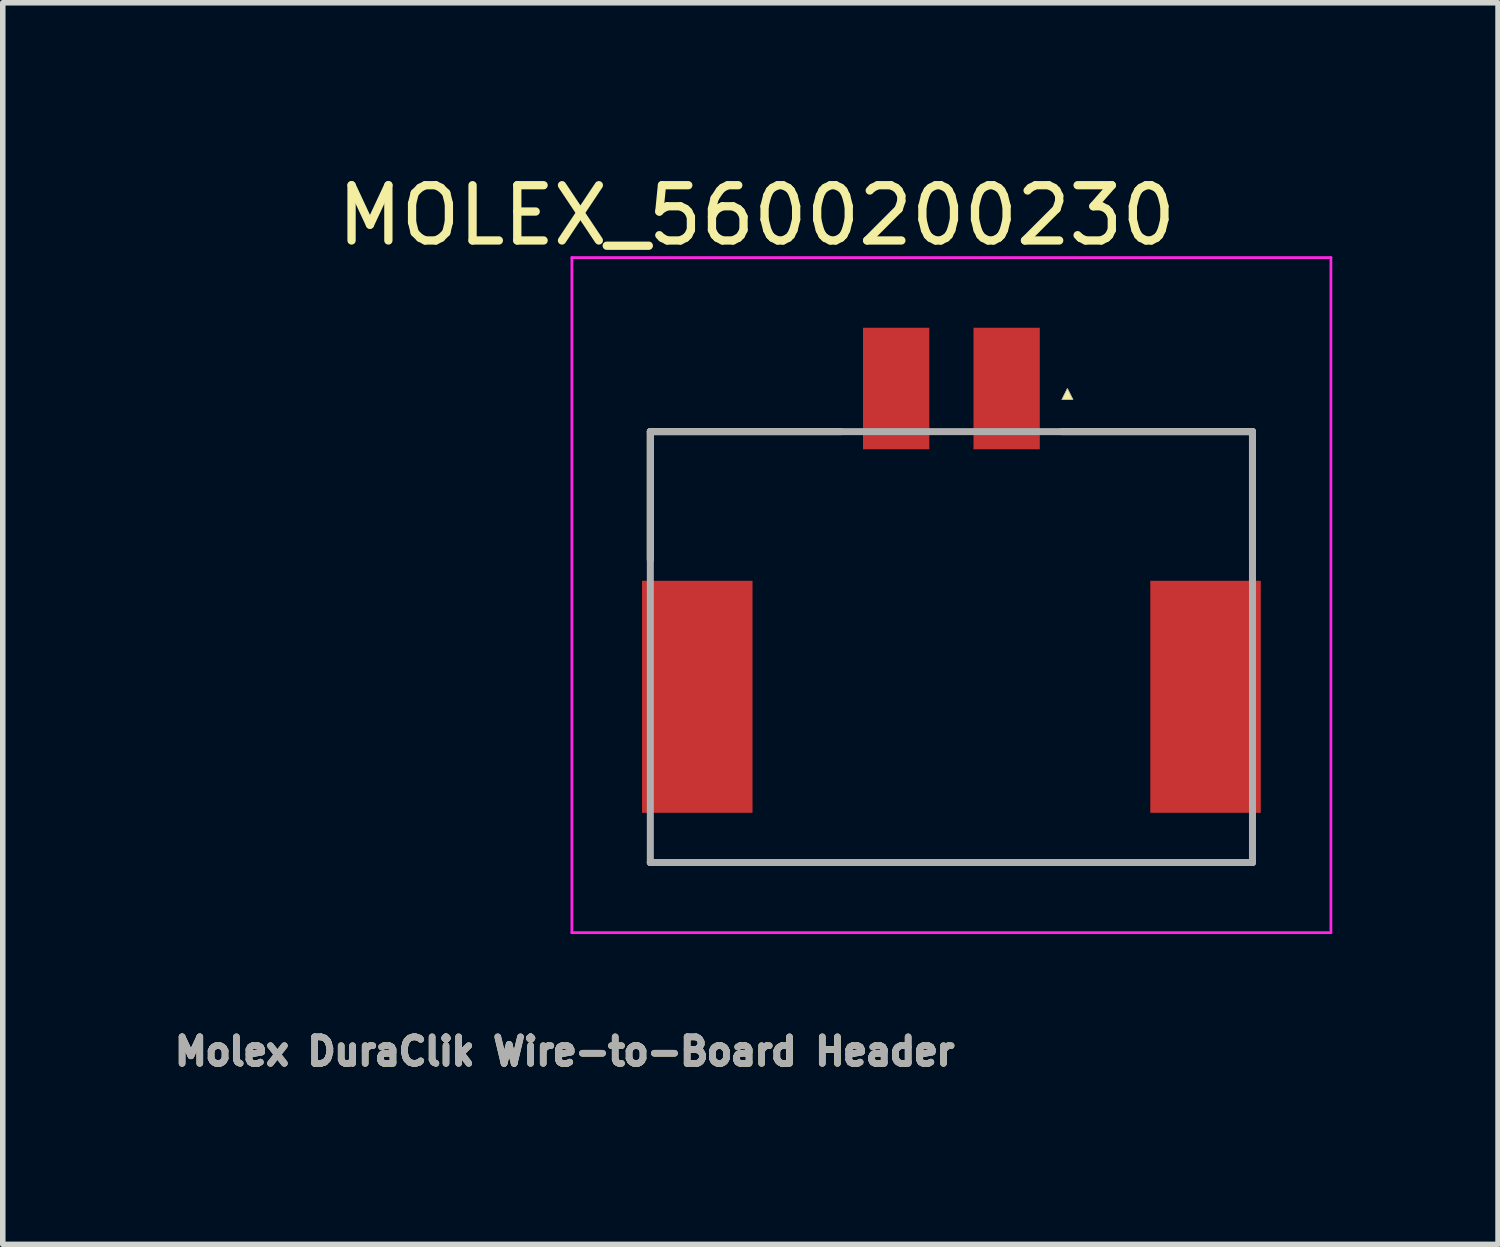
<source format=kicad_pcb>
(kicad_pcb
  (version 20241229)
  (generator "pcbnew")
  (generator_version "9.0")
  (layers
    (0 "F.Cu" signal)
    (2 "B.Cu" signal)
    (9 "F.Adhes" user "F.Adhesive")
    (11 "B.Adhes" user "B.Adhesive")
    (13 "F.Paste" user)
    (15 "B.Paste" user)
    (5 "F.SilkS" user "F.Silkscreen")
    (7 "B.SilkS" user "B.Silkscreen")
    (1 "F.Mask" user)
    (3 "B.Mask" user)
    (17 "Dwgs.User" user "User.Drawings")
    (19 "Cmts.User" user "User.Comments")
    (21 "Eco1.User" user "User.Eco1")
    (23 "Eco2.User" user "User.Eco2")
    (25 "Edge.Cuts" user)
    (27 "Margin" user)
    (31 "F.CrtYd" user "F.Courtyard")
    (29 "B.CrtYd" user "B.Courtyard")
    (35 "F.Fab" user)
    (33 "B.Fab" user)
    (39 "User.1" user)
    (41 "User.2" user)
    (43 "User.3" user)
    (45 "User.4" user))
  (footprint "MOLEX_5600200230"
    (layer "F.Cu")
    (at 15.172 3.983)
    (property "Reference" "MOLEX_5600200230" (at -4.525 -3.135 0) (layer "F.SilkS") (effects (font (size 1 1) (thickness 0.15))))
    (attr smd)
    (fp_line (start -6.45 0.78) (end -3 0.78) (stroke (width 0.127) (type solid)) (layer "F.SilkS"))
    (fp_line (start -6.45 3.1) (end -6.45 0.78) (stroke (width 0.127) (type solid)) (layer "F.SilkS"))
    (fp_line (start 1 0.78) (end 4.45 0.78) (stroke (width 0.127) (type solid)) (layer "F.SilkS"))
    (fp_line (start 4.45 0.78) (end 4.45 3.1) (stroke (width 0.127) (type solid)) (layer "F.SilkS"))
    (fp_line (start 4.45 8.58) (end -6.45 8.58) (stroke (width 0.127) (type solid)) (layer "F.SilkS"))
    (fp_poly (pts (xy 1.1 0) (xy 1 0.2) (xy 1.2 0.2)) (stroke (width 0.01) (type solid)) (fill yes) (layer "F.SilkS"))
    (fp_line (start -7.87 -2.37) (end -7.87 9.85) (stroke (width 0.05) (type solid)) (layer "F.CrtYd"))
    (fp_line (start -7.87 9.85) (end 5.87 9.85) (stroke (width 0.05) (type solid)) (layer "F.CrtYd"))
    (fp_line (start 5.87 -2.37) (end -7.87 -2.37) (stroke (width 0.05) (type solid)) (layer "F.CrtYd"))
    (fp_line (start 5.87 9.85) (end 5.87 -2.37) (stroke (width 0.05) (type solid)) (layer "F.CrtYd"))
    (fp_line (start -6.45 0.78) (end -6.45 8.58) (stroke (width 0.127) (type solid)) (layer "F.Fab"))
    (fp_line (start -6.45 8.58) (end 4.45 8.58) (stroke (width 0.127) (type solid)) (layer "F.Fab"))
    (fp_line (start 4.45 0.78) (end -6.45 0.78) (stroke (width 0.127) (type solid)) (layer "F.Fab"))
    (fp_line (start 4.45 8.58) (end 4.45 0.78) (stroke (width 0.127) (type solid)) (layer "F.Fab"))
    (fp_poly (pts (xy 1 0.2) (xy 1.2 0.2) (xy 1.1 0)) (stroke (width 0.01) (type solid)) (fill no) (layer "F.Fab"))
    (fp_text user "Molex DuraClik Wire-to-Board Header" (at -8 12 0) (layer "F.SilkS") (effects (font (size 0.48 0.48) (thickness 0.15))))
    (fp_text user "Molex DuraClik Wire-to-Board Header" (at -8 12 0) (layer "F.Fab") (effects (font (size 0.48 0.48) (thickness 0.15))))
    (pad "1" smd rect (at 0 0 90) (size 2.2 1.2) (layers "F.Cu" "F.Mask" "F.Paste"))
    (pad "2" smd rect (at -2 0 90) (size 2.2 1.2) (layers "F.Cu" "F.Mask" "F.Paste"))
    (pad "MP" smd rect (at -5.6 5.58 90) (size 4.2 2) (layers "F.Cu" "F.Mask" "F.Paste"))
    (pad "MP" smd rect (at 3.6 5.58 90) (size 4.2 2) (layers "F.Cu" "F.Mask" "F.Paste")))
  (gr_rect
    (start -3 -3)
    (end 24.067 19.475)
    (stroke (width 0.1) (type default))
    (fill no)
    (layer "Edge.Cuts")))
</source>
